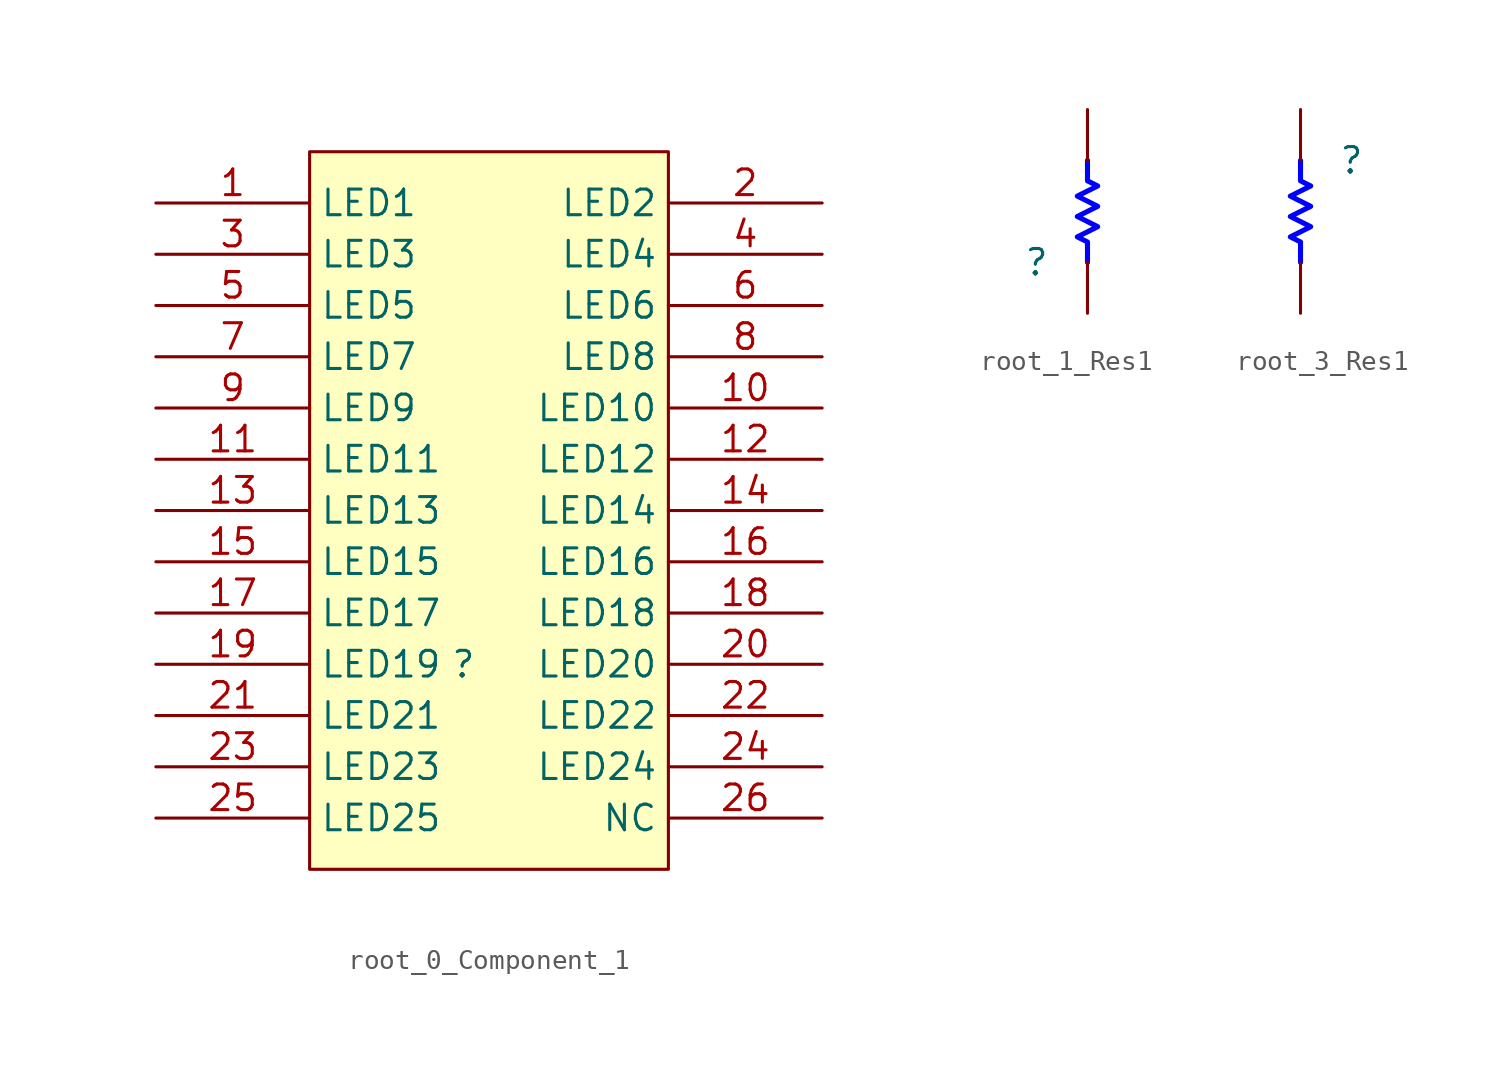
<source format=kicad_sym>
(kicad_symbol_lib
  (version 20220914)
  (generator kicad_symbol_editor)
  (symbol "root_0_Component_1"
    (property "Reference" ""
      (at 0 0 0)
      (effects (font (size 1.27 1.27))))
    (property "Value" ""
      (at 0 0 0)
      (effects (font (size 1.27 1.27))))
    (symbol "root_0_Component_1_1_0"
      (rectangle (start 10.16 25.4) (end -7.62 -10.16) (stroke (width 0) (type solid)) (fill (type background)))
      (pin passive line (at -15.24 22.86 0) (length 7.62) (name "LED1" (effects (font (size 1.27 1.27)))) (number "1" (effects (font (size 1.27 1.27)))))
      (pin passive line (at 17.78 12.7 180) (length 7.62) (name "LED10" (effects (font (size 1.27 1.27)))) (number "10" (effects (font (size 1.27 1.27)))))
      (pin passive line (at -15.24 10.16 0) (length 7.62) (name "LED11" (effects (font (size 1.27 1.27)))) (number "11" (effects (font (size 1.27 1.27)))))
      (pin passive line (at 17.78 10.16 180) (length 7.62) (name "LED12" (effects (font (size 1.27 1.27)))) (number "12" (effects (font (size 1.27 1.27)))))
      (pin passive line (at -15.24 7.62 0) (length 7.62) (name "LED13" (effects (font (size 1.27 1.27)))) (number "13" (effects (font (size 1.27 1.27)))))
      (pin passive line (at 17.78 7.62 180) (length 7.62) (name "LED14" (effects (font (size 1.27 1.27)))) (number "14" (effects (font (size 1.27 1.27)))))
      (pin passive line (at -15.24 5.08 0) (length 7.62) (name "LED15" (effects (font (size 1.27 1.27)))) (number "15" (effects (font (size 1.27 1.27)))))
      (pin passive line (at 17.78 5.08 180) (length 7.62) (name "LED16" (effects (font (size 1.27 1.27)))) (number "16" (effects (font (size 1.27 1.27)))))
      (pin passive line (at -15.24 2.54 0) (length 7.62) (name "LED17" (effects (font (size 1.27 1.27)))) (number "17" (effects (font (size 1.27 1.27)))))
      (pin passive line (at 17.78 2.54 180) (length 7.62) (name "LED18" (effects (font (size 1.27 1.27)))) (number "18" (effects (font (size 1.27 1.27)))))
      (pin passive line (at -15.24 0 0) (length 7.62) (name "LED19" (effects (font (size 1.27 1.27)))) (number "19" (effects (font (size 1.27 1.27)))))
      (pin passive line (at 17.78 22.86 180) (length 7.62) (name "LED2" (effects (font (size 1.27 1.27)))) (number "2" (effects (font (size 1.27 1.27)))))
      (pin passive line (at 17.78 0 180) (length 7.62) (name "LED20" (effects (font (size 1.27 1.27)))) (number "20" (effects (font (size 1.27 1.27)))))
      (pin passive line (at -15.24 -2.54 0) (length 7.62) (name "LED21" (effects (font (size 1.27 1.27)))) (number "21" (effects (font (size 1.27 1.27)))))
      (pin passive line (at 17.78 -2.54 180) (length 7.62) (name "LED22" (effects (font (size 1.27 1.27)))) (number "22" (effects (font (size 1.27 1.27)))))
      (pin passive line (at -15.24 -5.08 0) (length 7.62) (name "LED23" (effects (font (size 1.27 1.27)))) (number "23" (effects (font (size 1.27 1.27)))))
      (pin passive line (at 17.78 -5.08 180) (length 7.62) (name "LED24" (effects (font (size 1.27 1.27)))) (number "24" (effects (font (size 1.27 1.27)))))
      (pin passive line (at -15.24 -7.62 0) (length 7.62) (name "LED25" (effects (font (size 1.27 1.27)))) (number "25" (effects (font (size 1.27 1.27)))))
      (pin passive line (at 17.78 -7.62 180) (length 7.62) (name "NC" (effects (font (size 1.27 1.27)))) (number "26" (effects (font (size 1.27 1.27)))))
      (pin passive line (at -15.24 20.32 0) (length 7.62) (name "LED3" (effects (font (size 1.27 1.27)))) (number "3" (effects (font (size 1.27 1.27)))))
      (pin passive line (at 17.78 20.32 180) (length 7.62) (name "LED4" (effects (font (size 1.27 1.27)))) (number "4" (effects (font (size 1.27 1.27)))))
      (pin passive line (at -15.24 17.78 0) (length 7.62) (name "LED5" (effects (font (size 1.27 1.27)))) (number "5" (effects (font (size 1.27 1.27)))))
      (pin passive line (at 17.78 17.78 180) (length 7.62) (name "LED6" (effects (font (size 1.27 1.27)))) (number "6" (effects (font (size 1.27 1.27)))))
      (pin passive line (at -15.24 15.24 0) (length 7.62) (name "LED7" (effects (font (size 1.27 1.27)))) (number "7" (effects (font (size 1.27 1.27)))))
      (pin passive line (at 17.78 15.24 180) (length 7.62) (name "LED8" (effects (font (size 1.27 1.27)))) (number "8" (effects (font (size 1.27 1.27)))))
      (pin passive line (at -15.24 12.7 0) (length 7.62) (name "LED9" (effects (font (size 1.27 1.27)))) (number "9" (effects (font (size 1.27 1.27)))))))
  (symbol "root_1_Res1"
    (property "Reference" ""
      (at 0 0 0)
      (effects (font (size 1.27 1.27))))
    (property "Value" ""
      (at 0 0 0)
      (effects (font (size 1.27 1.27))))
    (symbol "root_1_Res1_1_0"
      (polyline (pts (xy 2.54 5.08) (xy 2.54 4.064) (xy 3.048 3.81) (xy 2.032 3.302) (xy 3.048 2.794) (xy 2.032 2.286) (xy 3.048 1.778) (xy 2.032 1.27) (xy 2.54 1.016) (xy 2.54 0)) (stroke (width 0.254) (type solid) (color 0 0 255 1)) (fill (type none)))
      (pin passive line (at 2.54 -2.54 90) (length 2.54) (name "1" (effects (font (size 0 0)))) (number "1" (effects (font (size 0 0)))))
      (pin passive line (at 2.54 7.62 270) (length 2.54) (name "2" (effects (font (size 0 0)))) (number "2" (effects (font (size 0 0)))))))
  (symbol "root_3_Res1"
    (property "Reference" ""
      (at 0 0 0)
      (effects (font (size 1.27 1.27))))
    (property "Value" ""
      (at 0 0 0)
      (effects (font (size 1.27 1.27))))
    (symbol "root_3_Res1_1_0"
      (polyline (pts (xy -2.54 -5.08) (xy -2.54 -4.064) (xy -3.048 -3.81) (xy -2.032 -3.302) (xy -3.048 -2.794) (xy -2.032 -2.286) (xy -3.048 -1.778) (xy -2.032 -1.27) (xy -2.54 -1.016) (xy -2.54 0)) (stroke (width 0.254) (type solid) (color 0 0 255 1)) (fill (type none)))
      (pin passive line (at -2.54 2.54 270) (length 2.54) (name "1" (effects (font (size 0 0)))) (number "1" (effects (font (size 0 0)))))
      (pin passive line (at -2.54 -7.62 90) (length 2.54) (name "2" (effects (font (size 0 0)))) (number "2" (effects (font (size 0 0))))))))
</source>
